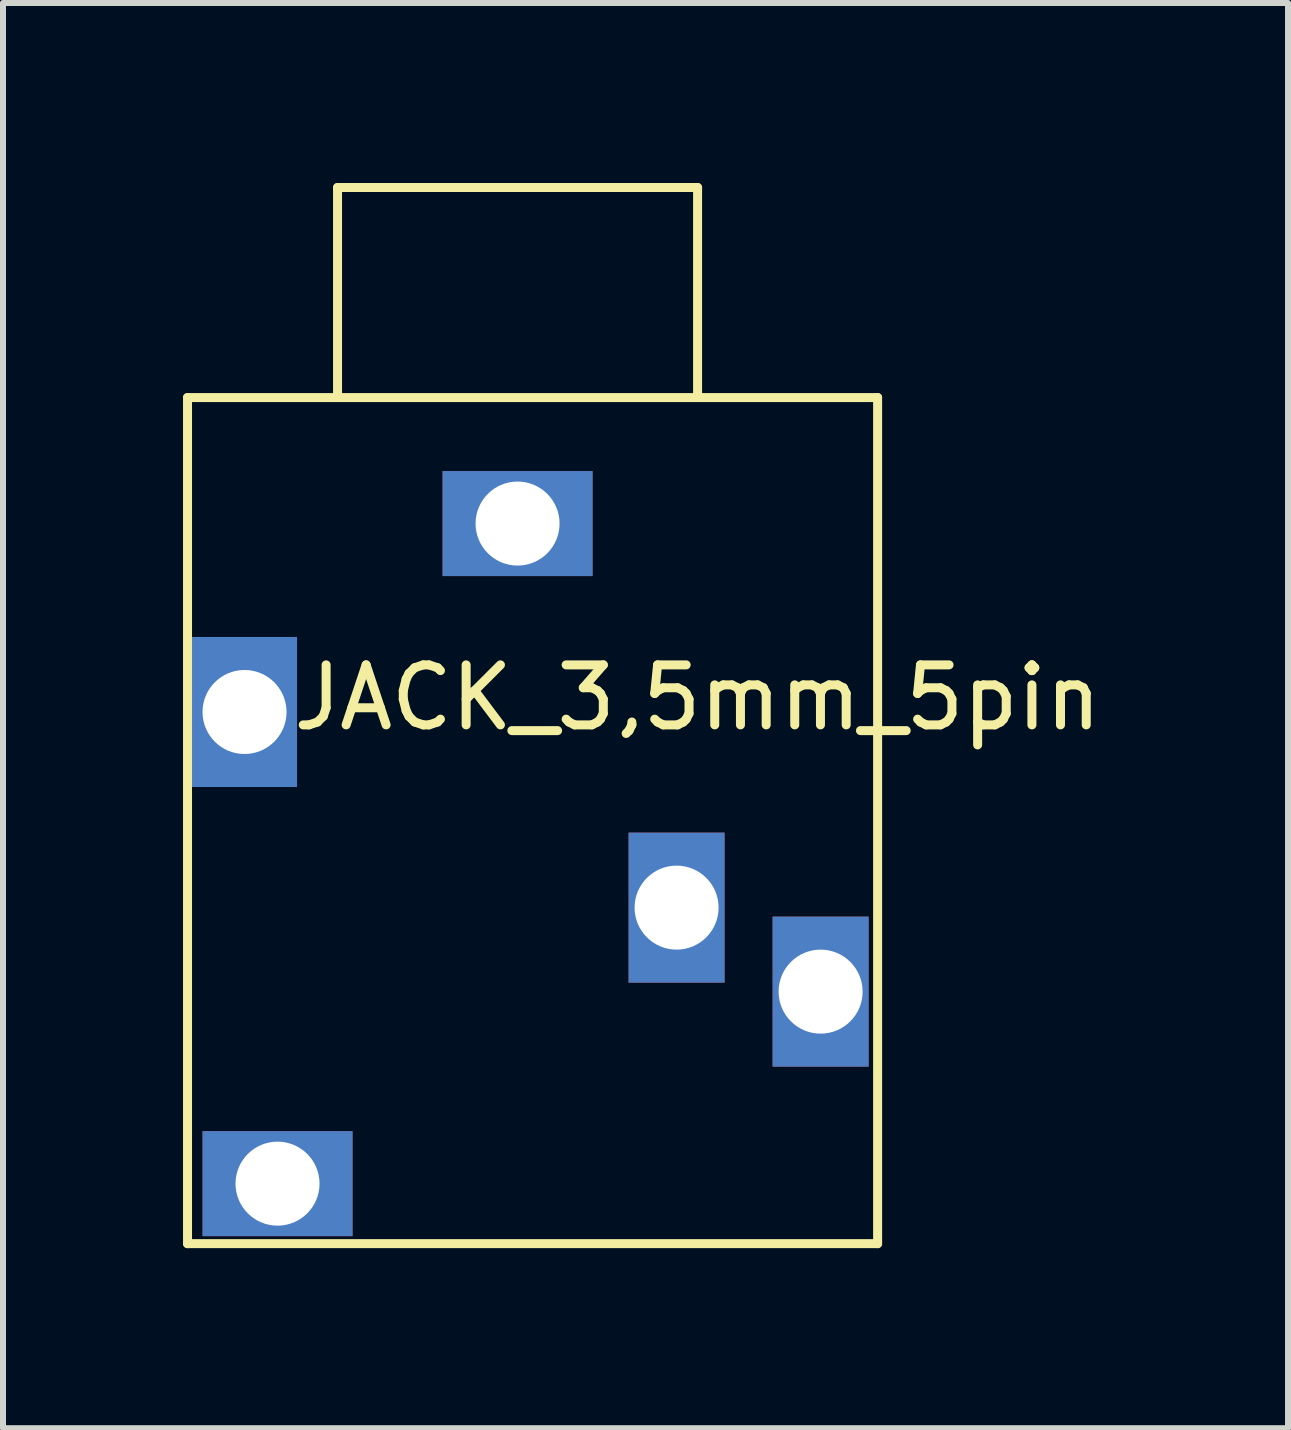
<source format=kicad_pcb>
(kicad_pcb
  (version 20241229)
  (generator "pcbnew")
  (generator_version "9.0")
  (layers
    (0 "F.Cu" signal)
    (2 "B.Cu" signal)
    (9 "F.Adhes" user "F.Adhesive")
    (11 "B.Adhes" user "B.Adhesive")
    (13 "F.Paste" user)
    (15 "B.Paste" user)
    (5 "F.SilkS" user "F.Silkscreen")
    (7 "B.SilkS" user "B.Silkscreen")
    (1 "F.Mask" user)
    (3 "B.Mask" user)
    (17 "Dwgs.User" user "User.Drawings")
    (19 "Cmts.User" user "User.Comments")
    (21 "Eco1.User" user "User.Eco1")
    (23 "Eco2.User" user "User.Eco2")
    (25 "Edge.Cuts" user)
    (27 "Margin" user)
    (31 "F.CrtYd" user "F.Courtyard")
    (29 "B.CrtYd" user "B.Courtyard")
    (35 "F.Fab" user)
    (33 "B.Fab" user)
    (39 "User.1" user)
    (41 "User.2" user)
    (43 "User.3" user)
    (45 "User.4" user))
  (footprint "JACK_3,5mm_5pin"
    (layer "F.Cu")
    (at 5.825 10.625)
    (property "Reference" "JACK_3,5mm_5pin" (at 2.75 -2.05 0) (layer "F.SilkS") (effects (font (size 1 1) (thickness 0.15))))
    (attr through_hole)
    (fp_line (start -5.75 -7.05) (end 5.75 -7.05) (stroke (width 0.15) (type solid)) (layer "F.SilkS"))
    (fp_line (start -5.75 7.05) (end -5.75 -7.05) (stroke (width 0.15) (type solid)) (layer "F.SilkS"))
    (fp_line (start -3.25 -10.55) (end 2.75 -10.55) (stroke (width 0.15) (type solid)) (layer "F.SilkS"))
    (fp_line (start -3.25 -7.05) (end -3.25 -10.55) (stroke (width 0.15) (type solid)) (layer "F.SilkS"))
    (fp_line (start 2.75 -10.55) (end 2.75 -7.05) (stroke (width 0.15) (type solid)) (layer "F.SilkS"))
    (fp_line (start 5.75 -7.05) (end 5.75 7.05) (stroke (width 0.15) (type solid)) (layer "F.SilkS"))
    (fp_line (start 5.75 7.05) (end -5.75 7.05) (stroke (width 0.15) (type solid)) (layer "F.SilkS"))
    (pad "1" thru_hole rect (at -0.25 -4.95) (size 2.5 1.75) (drill 1.4) (layers "*.Cu" "*.Mask"))
    (pad "2" thru_hole rect (at -4.8 -1.81) (size 1.75 2.5) (drill 1.4) (layers "*.Cu" "*.Mask"))
    (pad "3" thru_hole rect (at 4.8 2.85) (size 1.6 2.5) (drill 1.4) (layers "*.Cu" "*.Mask"))
    (pad "4" thru_hole rect (at -4.25 6.05) (size 2.5 1.75) (drill 1.4) (layers "*.Cu" "*.Mask"))
    (pad "5" thru_hole rect (at 2.4 1.45) (size 1.6 2.5) (drill 1.4) (layers "*.Cu" "*.Mask")))
  (gr_rect
    (start -3 -3)
    (end 18.414 20.75)
    (stroke (width 0.1) (type default))
    (fill no)
    (layer "Edge.Cuts")))
</source>
